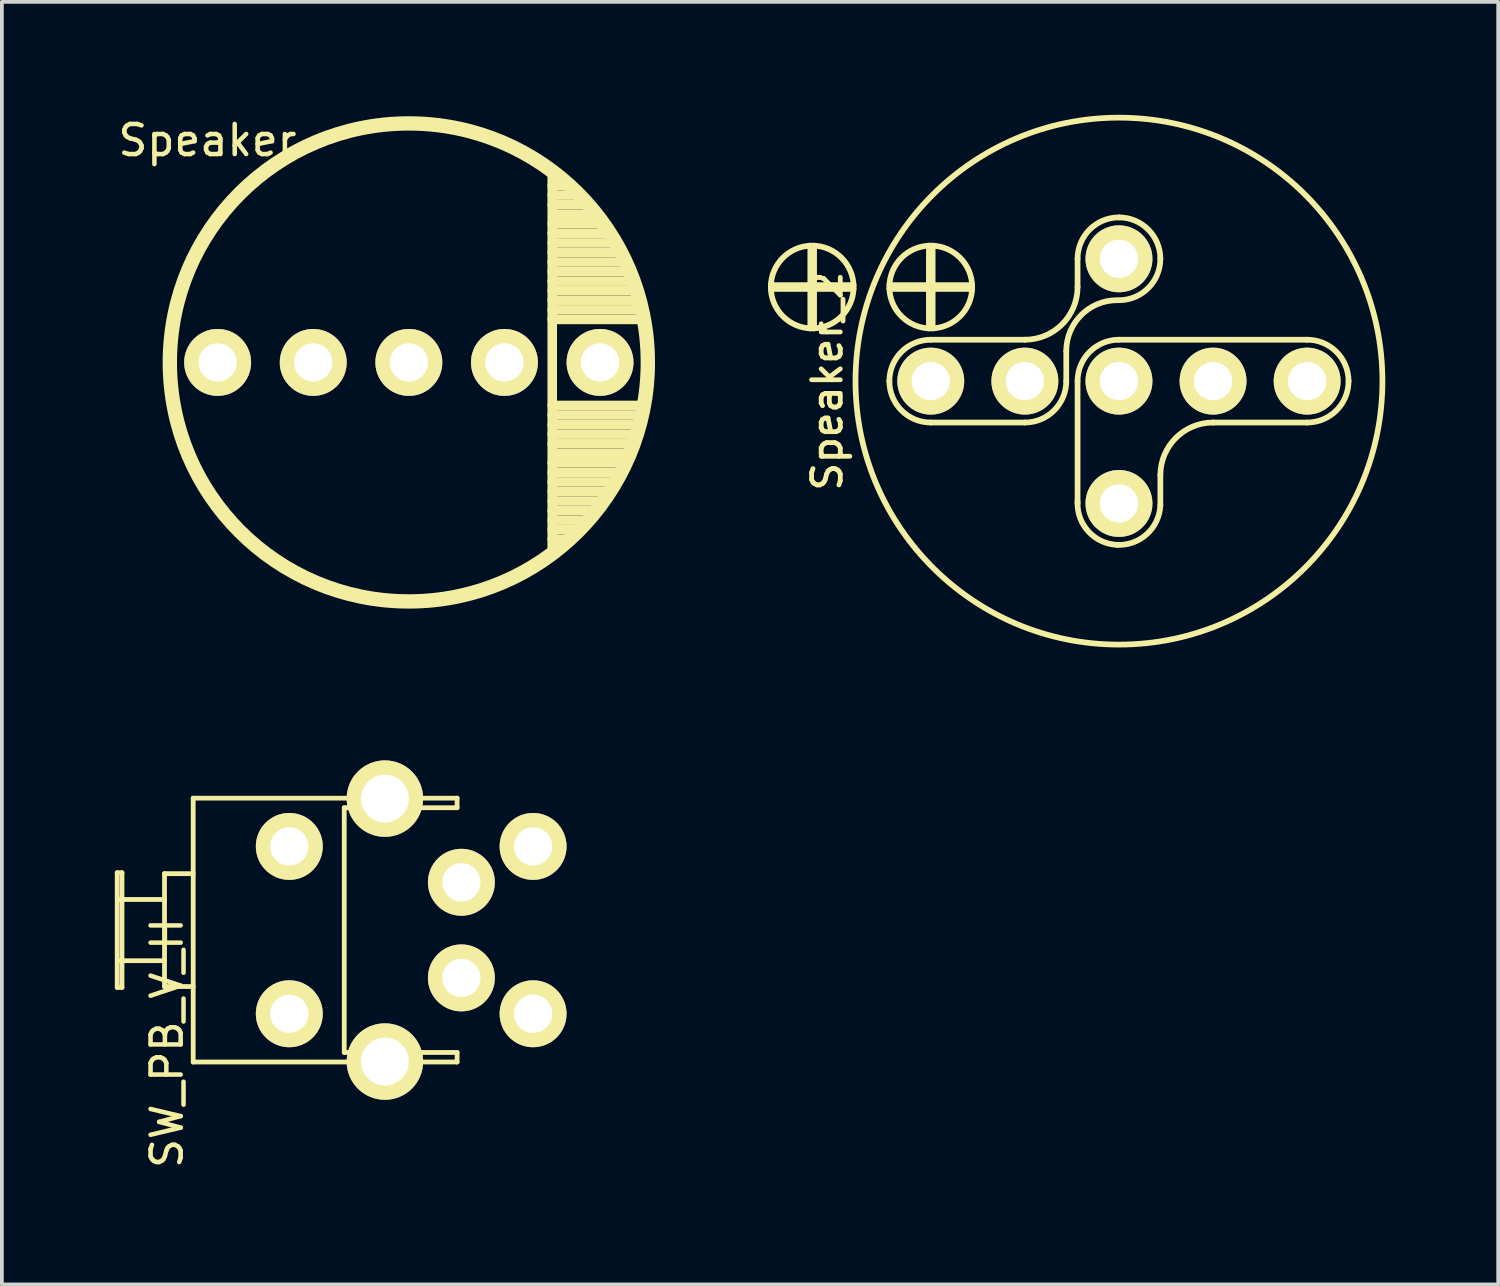
<source format=kicad_pcb>
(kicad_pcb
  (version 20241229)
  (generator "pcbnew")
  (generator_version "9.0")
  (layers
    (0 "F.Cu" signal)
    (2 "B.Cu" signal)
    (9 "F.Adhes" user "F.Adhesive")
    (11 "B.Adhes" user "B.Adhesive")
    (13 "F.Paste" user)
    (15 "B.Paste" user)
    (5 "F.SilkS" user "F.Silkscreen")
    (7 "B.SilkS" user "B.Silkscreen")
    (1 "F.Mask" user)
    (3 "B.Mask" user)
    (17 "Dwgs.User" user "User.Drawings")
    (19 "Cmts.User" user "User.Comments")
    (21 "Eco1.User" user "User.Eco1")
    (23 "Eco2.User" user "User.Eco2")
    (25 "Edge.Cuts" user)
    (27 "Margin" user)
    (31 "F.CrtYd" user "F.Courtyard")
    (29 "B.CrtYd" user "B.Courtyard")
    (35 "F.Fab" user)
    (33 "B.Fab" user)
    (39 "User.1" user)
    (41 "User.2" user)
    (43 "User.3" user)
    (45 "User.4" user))
  (footprint "Speaker_2"
    (layer "F.Cu")
    (at 26.679 7.076)
    (property "Reference" "Speaker_2" (at -7.75 0 90) (layer "F.SilkS") (effects (font (size 0.762 0.762) (thickness 0.127))))
    (attr smd)
    (fp_line (start -9.25 -2.55) (end -7.05 -2.55) (stroke (width 0.152) (type solid)) (layer "F.SilkS"))
    (fp_line (start -8.2 -1.4) (end -8.2 -3.6) (stroke (width 0.152) (type solid)) (layer "F.SilkS"))
    (fp_line (start -8.1 -3.6) (end -8.1 -1.4) (stroke (width 0.152) (type solid)) (layer "F.SilkS"))
    (fp_line (start -7.05 -2.45) (end -9.25 -2.45) (stroke (width 0.152) (type solid)) (layer "F.SilkS"))
    (fp_line (start -6.1 -2.55) (end -3.9 -2.55) (stroke (width 0.152) (type solid)) (layer "F.SilkS"))
    (fp_line (start -5.05 -1.4) (end -5.05 -3.6) (stroke (width 0.152) (type solid)) (layer "F.SilkS"))
    (fp_line (start -5 -1.1) (end -2.5 -1.1) (stroke (width 0.152) (type solid)) (layer "F.SilkS"))
    (fp_line (start -5 1.1) (end -2.5 1.1) (stroke (width 0.152) (type solid)) (layer "F.SilkS"))
    (fp_line (start -4.95 -3.6) (end -4.95 -1.4) (stroke (width 0.152) (type solid)) (layer "F.SilkS"))
    (fp_line (start -3.9 -2.45) (end -6.1 -2.45) (stroke (width 0.152) (type solid)) (layer "F.SilkS"))
    (fp_line (start -1.4 0) (end -1.4 -0.8) (stroke (width 0.152) (type solid)) (layer "F.SilkS"))
    (fp_line (start -1.1 -3.25) (end -1.1 -2.5) (stroke (width 0.152) (type solid)) (layer "F.SilkS"))
    (fp_line (start -1.1 0) (end -1.1 3.25) (stroke (width 0.152) (type solid)) (layer "F.SilkS"))
    (fp_line (start 0 -1.1) (end 5 -1.1) (stroke (width 0.152) (type solid)) (layer "F.SilkS"))
    (fp_line (start 1.1 3.3) (end 1.1 2.5) (stroke (width 0.152) (type solid)) (layer "F.SilkS"))
    (fp_line (start 5 1.1) (end 2.5 1.1) (stroke (width 0.152) (type solid)) (layer "F.SilkS"))
    (fp_arc (start -6.1 0) (mid -5.777817 -0.777817) (end -5 -1.1) (stroke (width 0.1524) (type solid)) (layer "F.SilkS"))
    (fp_arc (start -5 1.1) (mid -5.777817 0.777817) (end -6.1 0) (stroke (width 0.1524) (type solid)) (layer "F.SilkS"))
    (fp_arc (start -1.4 -0.8) (mid -1.004594 -1.754594) (end -0.05 -2.15) (stroke (width 0.1524) (type solid)) (layer "F.SilkS"))
    (fp_arc (start -1.4 0) (mid -1.722183 0.777817) (end -2.5 1.1) (stroke (width 0.1524) (type solid)) (layer "F.SilkS"))
    (fp_arc (start -1.1 -3.25) (mid -0.777817 -4.027817) (end 0 -4.35) (stroke (width 0.1524) (type solid)) (layer "F.SilkS"))
    (fp_arc (start -1.1 -2.5) (mid -1.510051 -1.510051) (end -2.5 -1.1) (stroke (width 0.1524) (type solid)) (layer "F.SilkS"))
    (fp_arc (start -1.1 0) (mid -0.777817 -0.777817) (end 0 -1.1) (stroke (width 0.1524) (type solid)) (layer "F.SilkS"))
    (fp_arc (start -0.05 4.35) (mid -0.813173 3.992462) (end -1.1 3.2) (stroke (width 0.1524) (type solid)) (layer "F.SilkS"))
    (fp_arc (start 0 -4.35) (mid 0.777817 -4.027817) (end 1.1 -3.25) (stroke (width 0.1524) (type solid)) (layer "F.SilkS"))
    (fp_arc (start 1.1 -3.25) (mid 0.777817 -2.472183) (end 0 -2.15) (stroke (width 0.1524) (type solid)) (layer "F.SilkS"))
    (fp_arc (start 1.1 2.5) (mid 1.510051 1.510051) (end 2.5 1.1) (stroke (width 0.1524) (type solid)) (layer "F.SilkS"))
    (fp_arc (start 1.1 3.3) (mid 0.742462 4.063173) (end -0.05 4.35) (stroke (width 0.1524) (type solid)) (layer "F.SilkS"))
    (fp_arc (start 5 -1.1) (mid 5.777817 -0.777817) (end 6.1 0) (stroke (width 0.1524) (type solid)) (layer "F.SilkS"))
    (fp_arc (start 6.1 0) (mid 5.777817 0.777817) (end 5 1.1) (stroke (width 0.1524) (type solid)) (layer "F.SilkS"))
    (fp_circle (center -8.15 -2.5) (end -8.15 -1.4) (stroke (width 0.152) (type solid)) (fill no) (layer "F.SilkS"))
    (fp_circle (center -5 -2.5) (end -5 -1.4) (stroke (width 0.152) (type solid)) (fill no) (layer "F.SilkS"))
    (fp_circle (center 0 0) (end -7 0) (stroke (width 0.152) (type solid)) (fill no) (layer "F.SilkS"))
    (pad "1" thru_hole circle (at -5 0) (size 1.778 1.778) (drill 1.016) (layers "*.Cu" "*.Mask" "F.SilkS"))
    (pad "1" thru_hole circle (at -2.5 0) (size 1.778 1.778) (drill 1.016) (layers "*.Cu" "*.Mask" "F.SilkS"))
    (pad "1" thru_hole circle (at 0 -3.25) (size 1.778 1.778) (drill 1.016) (layers "*.Cu" "*.Mask" "F.SilkS"))
    (pad "2" thru_hole circle (at 0 0) (size 1.778 1.778) (drill 1.016) (layers "*.Cu" "*.Mask" "F.SilkS"))
    (pad "2" thru_hole circle (at 0 3.25) (size 1.778 1.778) (drill 1.016) (layers "*.Cu" "*.Mask" "F.SilkS"))
    (pad "2" thru_hole circle (at 2.5 0) (size 1.778 1.778) (drill 1.016) (layers "*.Cu" "*.Mask" "F.SilkS"))
    (pad "2" thru_hole circle (at 5 0) (size 1.778 1.778) (drill 1.016) (layers "*.Cu" "*.Mask" "F.SilkS")))
  (footprint "Speaker"
    (layer "F.Cu")
    (at 7.812 6.579)
    (property "Reference" "Speaker" (at -5.35 -5.9 180) (layer "F.SilkS") (effects (font (size 0.8 0.8) (thickness 0.12))))
    (attr smd)
    (fp_line (start 3.81 -4.699) (end 4.191 -4.699) (stroke (width 0.254) (type solid)) (layer "F.SilkS"))
    (fp_line (start 3.81 -4.445) (end 4.445 -4.445) (stroke (width 0.254) (type solid)) (layer "F.SilkS"))
    (fp_line (start 3.81 -4.191) (end 4.699 -4.191) (stroke (width 0.254) (type solid)) (layer "F.SilkS"))
    (fp_line (start 3.81 -3.683) (end 5.08 -3.683) (stroke (width 0.254) (type solid)) (layer "F.SilkS"))
    (fp_line (start 3.81 -3.429) (end 5.271 -3.429) (stroke (width 0.254) (type solid)) (layer "F.SilkS"))
    (fp_line (start 3.81 -3.175) (end 5.397 -3.175) (stroke (width 0.254) (type solid)) (layer "F.SilkS"))
    (fp_line (start 3.81 -2.921) (end 5.524 -2.921) (stroke (width 0.254) (type solid)) (layer "F.SilkS"))
    (fp_line (start 3.81 -2.667) (end 5.652 -2.667) (stroke (width 0.254) (type solid)) (layer "F.SilkS"))
    (fp_line (start 3.81 -2.413) (end 5.779 -2.413) (stroke (width 0.254) (type solid)) (layer "F.SilkS"))
    (fp_line (start 3.81 -2.159) (end 5.905 -2.159) (stroke (width 0.254) (type solid)) (layer "F.SilkS"))
    (fp_line (start 3.81 -1.905) (end 5.969 -1.905) (stroke (width 0.254) (type solid)) (layer "F.SilkS"))
    (fp_line (start 3.81 -1.651) (end 6.032 -1.651) (stroke (width 0.254) (type solid)) (layer "F.SilkS"))
    (fp_line (start 3.81 -1.397) (end 6.096 -1.397) (stroke (width 0.254) (type solid)) (layer "F.SilkS"))
    (fp_line (start 3.81 -1.143) (end 6.287 -1.143) (stroke (width 0.254) (type solid)) (layer "F.SilkS"))
    (fp_line (start 3.81 1.143) (end 6.287 1.143) (stroke (width 0.254) (type solid)) (layer "F.SilkS"))
    (fp_line (start 3.81 1.397) (end 6.16 1.397) (stroke (width 0.254) (type solid)) (layer "F.SilkS"))
    (fp_line (start 3.81 1.651) (end 6.032 1.651) (stroke (width 0.254) (type solid)) (layer "F.SilkS"))
    (fp_line (start 3.81 1.905) (end 5.969 1.905) (stroke (width 0.254) (type solid)) (layer "F.SilkS"))
    (fp_line (start 3.81 2.159) (end 5.905 2.159) (stroke (width 0.254) (type solid)) (layer "F.SilkS"))
    (fp_line (start 3.81 2.667) (end 5.652 2.667) (stroke (width 0.254) (type solid)) (layer "F.SilkS"))
    (fp_line (start 3.81 2.921) (end 5.524 2.921) (stroke (width 0.254) (type solid)) (layer "F.SilkS"))
    (fp_line (start 3.81 3.175) (end 5.334 3.175) (stroke (width 0.254) (type solid)) (layer "F.SilkS"))
    (fp_line (start 3.81 3.429) (end 5.207 3.429) (stroke (width 0.254) (type solid)) (layer "F.SilkS"))
    (fp_line (start 3.81 3.683) (end 5.08 3.683) (stroke (width 0.254) (type solid)) (layer "F.SilkS"))
    (fp_line (start 3.81 3.937) (end 4.826 3.937) (stroke (width 0.254) (type solid)) (layer "F.SilkS"))
    (fp_line (start 3.81 4.191) (end 4.636 4.191) (stroke (width 0.254) (type solid)) (layer "F.SilkS"))
    (fp_line (start 3.81 4.445) (end 4.381 4.445) (stroke (width 0.254) (type solid)) (layer "F.SilkS"))
    (fp_line (start 3.81 4.699) (end 4.255 4.699) (stroke (width 0.254) (type solid)) (layer "F.SilkS"))
    (fp_line (start 3.81 5.144) (end 3.81 -5.144) (stroke (width 0.254) (type solid)) (layer "F.SilkS"))
    (fp_line (start 3.873 -3.937) (end 4.889 -3.937) (stroke (width 0.254) (type solid)) (layer "F.SilkS"))
    (fp_line (start 3.873 2.413) (end 5.779 2.413) (stroke (width 0.254) (type solid)) (layer "F.SilkS"))
    (fp_circle (center 0 0) (end -6.35 0) (stroke (width 0.381) (type solid)) (fill no) (layer "F.SilkS"))
    (pad "1" thru_hole circle (at -5.08 0) (size 1.778 1.778) (drill 1.016) (layers "*.Cu" "*.Mask" "F.SilkS"))
    (pad "1" thru_hole circle (at -2.54 0) (size 1.778 1.778) (drill 1.016) (layers "*.Cu" "*.Mask" "F.SilkS"))
    (pad "2" thru_hole circle (at 0 0) (size 1.778 1.778) (drill 1.016) (layers "*.Cu" "*.Mask" "F.SilkS"))
    (pad "2" thru_hole circle (at 2.54 0) (size 1.778 1.778) (drill 1.016) (layers "*.Cu" "*.Mask" "F.SilkS"))
    (pad "2" thru_hole circle (at 5.08 0) (size 1.778 1.778) (drill 1.016) (layers "*.Cu" "*.Mask" "F.SilkS")))
  (footprint "SW_PB_V_H"
    (layer "F.Cu")
    (at 4.636 21.661)
    (property "Reference" "SW_PB_V_H" (at -3.25 3 90) (layer "F.SilkS") (effects (font (size 0.8 0.8) (thickness 0.12))))
    (attr smd)
    (fp_line (start -4.572 -1.524) (end -4.445 -1.524) (stroke (width 0.127) (type solid)) (layer "F.SilkS"))
    (fp_line (start -4.572 1.524) (end -4.572 -1.524) (stroke (width 0.127) (type solid)) (layer "F.SilkS"))
    (fp_line (start -4.559 -0.813) (end -3.315 -0.813) (stroke (width 0.127) (type solid)) (layer "F.SilkS"))
    (fp_line (start -4.559 0.813) (end -3.315 0.813) (stroke (width 0.127) (type solid)) (layer "F.SilkS"))
    (fp_line (start -4.445 -1.524) (end -4.445 1.524) (stroke (width 0.127) (type solid)) (layer "F.SilkS"))
    (fp_line (start -4.445 1.524) (end -4.572 1.524) (stroke (width 0.127) (type solid)) (layer "F.SilkS"))
    (fp_line (start -3.315 -1.499) (end -3.315 1.499) (stroke (width 0.127) (type solid)) (layer "F.SilkS"))
    (fp_line (start -3.315 1.499) (end -2.553 1.499) (stroke (width 0.127) (type solid)) (layer "F.SilkS"))
    (fp_line (start -2.553 -3.505) (end 4.458 -3.505) (stroke (width 0.127) (type solid)) (layer "F.SilkS"))
    (fp_line (start -2.553 -1.499) (end -3.315 -1.499) (stroke (width 0.127) (type solid)) (layer "F.SilkS"))
    (fp_line (start -2.553 3.505) (end -2.553 -3.505) (stroke (width 0.127) (type solid)) (layer "F.SilkS"))
    (fp_line (start 1.46 -3.251) (end 1.46 3.251) (stroke (width 0.127) (type solid)) (layer "F.SilkS"))
    (fp_line (start 1.46 3.251) (end 4.458 3.251) (stroke (width 0.127) (type solid)) (layer "F.SilkS"))
    (fp_line (start 4.458 -3.505) (end 4.458 -3.251) (stroke (width 0.127) (type solid)) (layer "F.SilkS"))
    (fp_line (start 4.458 -3.251) (end 1.46 -3.251) (stroke (width 0.127) (type solid)) (layer "F.SilkS"))
    (fp_line (start 4.458 3.251) (end 4.458 3.505) (stroke (width 0.127) (type solid)) (layer "F.SilkS"))
    (fp_line (start 4.458 3.505) (end -2.553 3.505) (stroke (width 0.127) (type solid)) (layer "F.SilkS"))
    (pad "1" thru_hole circle (at 0 -2.223) (size 1.778 1.778) (drill 1.016) (layers "*.Cu" "*.Mask" "F.SilkS"))
    (pad "1" thru_hole circle (at 4.572 -1.27) (size 1.778 1.778) (drill 1.016) (layers "*.Cu" "*.Mask" "F.SilkS"))
    (pad "1" thru_hole circle (at 6.477 -2.223) (size 1.778 1.778) (drill 1.016) (layers "*.Cu" "*.Mask" "F.SilkS"))
    (pad "2" thru_hole circle (at 0 2.223) (size 1.778 1.778) (drill 1.016) (layers "*.Cu" "*.Mask" "F.SilkS"))
    (pad "2" thru_hole circle (at 4.572 1.27) (size 1.778 1.778) (drill 1.016) (layers "*.Cu" "*.Mask" "F.SilkS"))
    (pad "2" thru_hole circle (at 6.477 2.223) (size 1.778 1.778) (drill 1.016) (layers "*.Cu" "*.Mask" "F.SilkS"))
    (pad "3" thru_hole circle (at 2.54 -3.493) (size 2.032 2.032) (drill 1.27) (layers "*.Cu" "*.Mask" "F.SilkS"))
    (pad "3" thru_hole circle (at 2.54 3.493) (size 2.032 2.032) (drill 1.27) (layers "*.Cu" "*.Mask" "F.SilkS")))
  (gr_rect
    (start -3 -3)
    (end 36.755 31.075)
    (stroke (width 0.1) (type default))
    (fill no)
    (layer "Edge.Cuts")))
</source>
